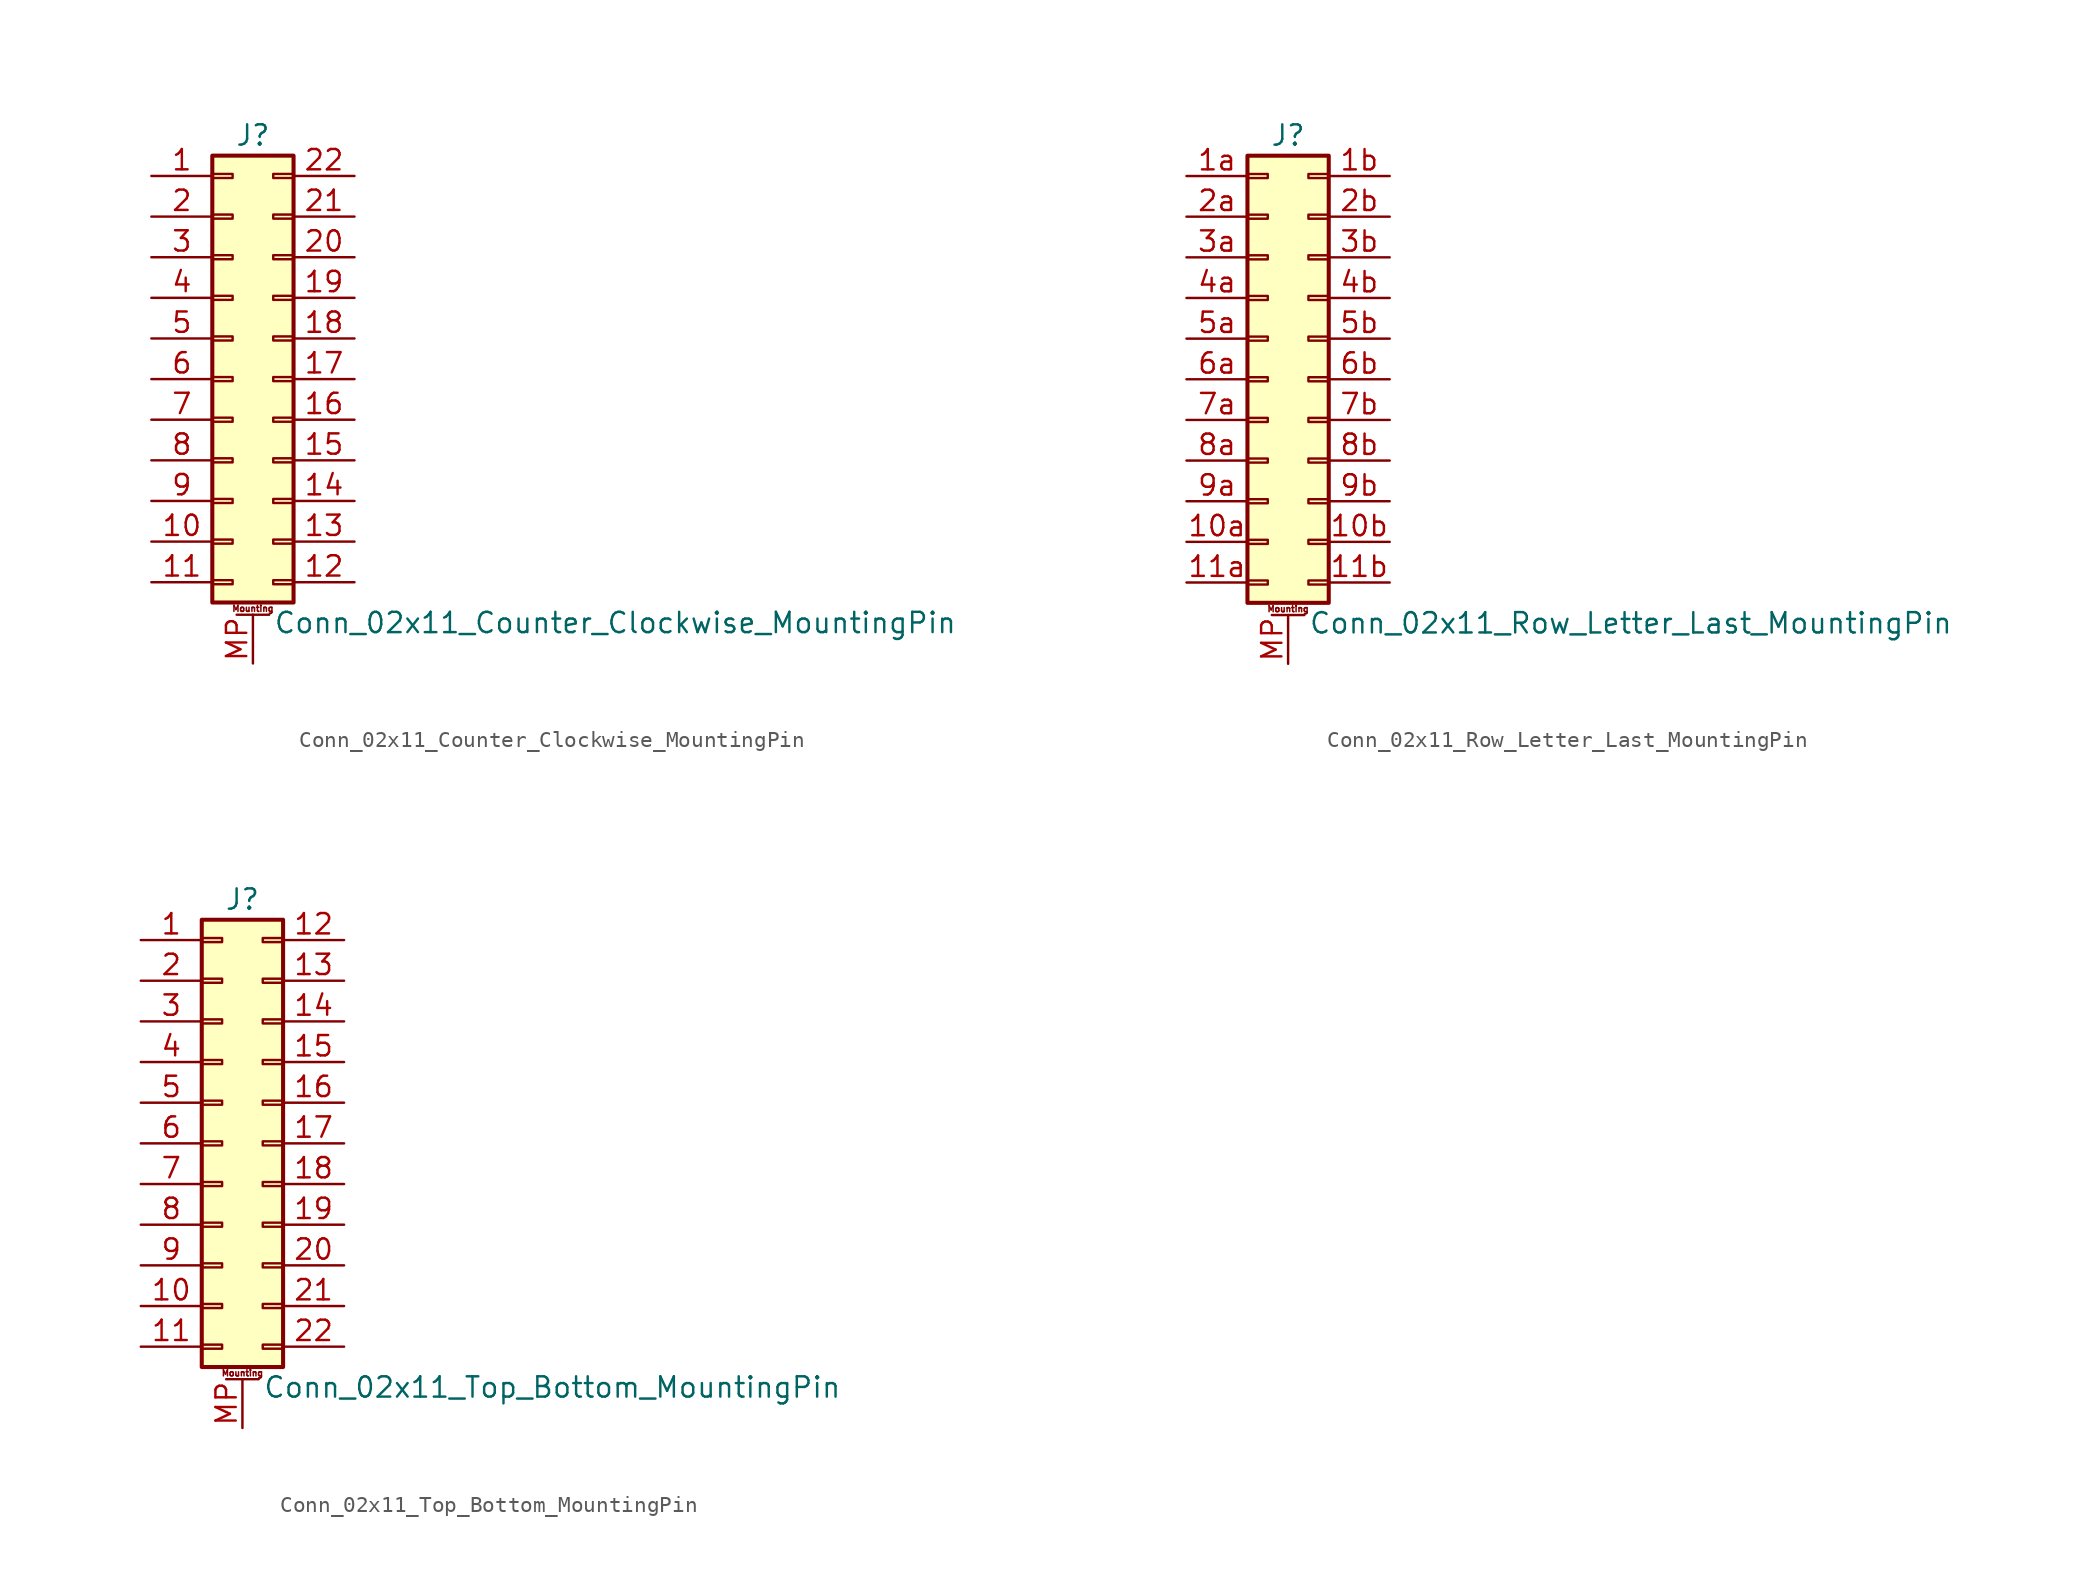
<source format=kicad_sym>
(kicad_symbol_lib
  (version 20201005)
  (generator kicad_symbol_editor)
  (symbol "Conn_02x11_Counter_Clockwise_MountingPin"
    (pin_names
      (offset 1.016) hide)
    (property "Reference" "J"
      (at 1.27 15.24 0)
      (effects (font (size 1.27 1.27))))
    (property "Value" "Conn_02x11_Counter_Clockwise_MountingPin"
      (at 2.54 -15.24 0)
      (effects (font (size 1.27 1.27)) (justify left)))
    (symbol "Conn_02x11_Counter_Clockwise_MountingPin_1_1"
      (text "Mounting" (at 1.27 -14.351 0) (effects (font (size 0.381 0.381))))
      (rectangle (start -1.27 -12.573) (end 0 -12.827) (stroke (width 0.152)) (fill (type none)))
      (rectangle (start -1.27 -10.033) (end 0 -10.287) (stroke (width 0.152)) (fill (type none)))
      (rectangle (start -1.27 -7.493) (end 0 -7.747) (stroke (width 0.152)) (fill (type none)))
      (rectangle (start -1.27 -4.953) (end 0 -5.207) (stroke (width 0.152)) (fill (type none)))
      (rectangle (start -1.27 -2.413) (end 0 -2.667) (stroke (width 0.152)) (fill (type none)))
      (rectangle (start -1.27 0.127) (end 0 -0.127) (stroke (width 0.152)) (fill (type none)))
      (rectangle (start -1.27 2.667) (end 0 2.413) (stroke (width 0.152)) (fill (type none)))
      (rectangle (start -1.27 5.207) (end 0 4.953) (stroke (width 0.152)) (fill (type none)))
      (rectangle (start -1.27 7.747) (end 0 7.493) (stroke (width 0.152)) (fill (type none)))
      (rectangle (start -1.27 10.287) (end 0 10.033) (stroke (width 0.152)) (fill (type none)))
      (rectangle (start -1.27 12.827) (end 0 12.573) (stroke (width 0.152)) (fill (type none)))
      (rectangle (start 3.81 -12.573) (end 2.54 -12.827) (stroke (width 0.152)) (fill (type none)))
      (rectangle (start 3.81 -10.033) (end 2.54 -10.287) (stroke (width 0.152)) (fill (type none)))
      (rectangle (start 3.81 -7.493) (end 2.54 -7.747) (stroke (width 0.152)) (fill (type none)))
      (rectangle (start 3.81 -4.953) (end 2.54 -5.207) (stroke (width 0.152)) (fill (type none)))
      (rectangle (start 3.81 -2.413) (end 2.54 -2.667) (stroke (width 0.152)) (fill (type none)))
      (rectangle (start 3.81 0.127) (end 2.54 -0.127) (stroke (width 0.152)) (fill (type none)))
      (rectangle (start 3.81 2.667) (end 2.54 2.413) (stroke (width 0.152)) (fill (type none)))
      (rectangle (start 3.81 5.207) (end 2.54 4.953) (stroke (width 0.152)) (fill (type none)))
      (rectangle (start 3.81 7.747) (end 2.54 7.493) (stroke (width 0.152)) (fill (type none)))
      (rectangle (start 3.81 10.287) (end 2.54 10.033) (stroke (width 0.152)) (fill (type none)))
      (rectangle (start 3.81 12.827) (end 2.54 12.573) (stroke (width 0.152)) (fill (type none)))
      (rectangle (start -1.27 13.97) (end 3.81 -13.97) (stroke (width 0.254)) (fill (type background)))
      (polyline (pts (xy 0.254 -14.732) (xy 2.286 -14.732)) (stroke (width 0.152)) (fill (type none)))
      (pin passive line (at -5.08 12.7 0) (length 3.81) (name "Pin_1" (effects (font (size 1.27 1.27)))) (number "1" (effects (font (size 1.27 1.27)))))
      (pin passive line (at -5.08 -10.16 0) (length 3.81) (name "Pin_10" (effects (font (size 1.27 1.27)))) (number "10" (effects (font (size 1.27 1.27)))))
      (pin passive line (at -5.08 -12.7 0) (length 3.81) (name "Pin_11" (effects (font (size 1.27 1.27)))) (number "11" (effects (font (size 1.27 1.27)))))
      (pin passive line (at 7.62 -12.7 180) (length 3.81) (name "Pin_12" (effects (font (size 1.27 1.27)))) (number "12" (effects (font (size 1.27 1.27)))))
      (pin passive line (at 7.62 -10.16 180) (length 3.81) (name "Pin_13" (effects (font (size 1.27 1.27)))) (number "13" (effects (font (size 1.27 1.27)))))
      (pin passive line (at 7.62 -7.62 180) (length 3.81) (name "Pin_14" (effects (font (size 1.27 1.27)))) (number "14" (effects (font (size 1.27 1.27)))))
      (pin passive line (at 7.62 -5.08 180) (length 3.81) (name "Pin_15" (effects (font (size 1.27 1.27)))) (number "15" (effects (font (size 1.27 1.27)))))
      (pin passive line (at 7.62 -2.54 180) (length 3.81) (name "Pin_16" (effects (font (size 1.27 1.27)))) (number "16" (effects (font (size 1.27 1.27)))))
      (pin passive line (at 7.62 0 180) (length 3.81) (name "Pin_17" (effects (font (size 1.27 1.27)))) (number "17" (effects (font (size 1.27 1.27)))))
      (pin passive line (at 7.62 2.54 180) (length 3.81) (name "Pin_18" (effects (font (size 1.27 1.27)))) (number "18" (effects (font (size 1.27 1.27)))))
      (pin passive line (at 7.62 5.08 180) (length 3.81) (name "Pin_19" (effects (font (size 1.27 1.27)))) (number "19" (effects (font (size 1.27 1.27)))))
      (pin passive line (at -5.08 10.16 0) (length 3.81) (name "Pin_2" (effects (font (size 1.27 1.27)))) (number "2" (effects (font (size 1.27 1.27)))))
      (pin passive line (at 7.62 7.62 180) (length 3.81) (name "Pin_20" (effects (font (size 1.27 1.27)))) (number "20" (effects (font (size 1.27 1.27)))))
      (pin passive line (at 7.62 10.16 180) (length 3.81) (name "Pin_21" (effects (font (size 1.27 1.27)))) (number "21" (effects (font (size 1.27 1.27)))))
      (pin passive line (at 7.62 12.7 180) (length 3.81) (name "Pin_22" (effects (font (size 1.27 1.27)))) (number "22" (effects (font (size 1.27 1.27)))))
      (pin passive line (at -5.08 7.62 0) (length 3.81) (name "Pin_3" (effects (font (size 1.27 1.27)))) (number "3" (effects (font (size 1.27 1.27)))))
      (pin passive line (at -5.08 5.08 0) (length 3.81) (name "Pin_4" (effects (font (size 1.27 1.27)))) (number "4" (effects (font (size 1.27 1.27)))))
      (pin passive line (at -5.08 2.54 0) (length 3.81) (name "Pin_5" (effects (font (size 1.27 1.27)))) (number "5" (effects (font (size 1.27 1.27)))))
      (pin passive line (at -5.08 0 0) (length 3.81) (name "Pin_6" (effects (font (size 1.27 1.27)))) (number "6" (effects (font (size 1.27 1.27)))))
      (pin passive line (at -5.08 -2.54 0) (length 3.81) (name "Pin_7" (effects (font (size 1.27 1.27)))) (number "7" (effects (font (size 1.27 1.27)))))
      (pin passive line (at -5.08 -5.08 0) (length 3.81) (name "Pin_8" (effects (font (size 1.27 1.27)))) (number "8" (effects (font (size 1.27 1.27)))))
      (pin passive line (at -5.08 -7.62 0) (length 3.81) (name "Pin_9" (effects (font (size 1.27 1.27)))) (number "9" (effects (font (size 1.27 1.27)))))
      (pin passive line (at 1.27 -17.78 90) (length 3.048) (name "MountPin" (effects (font (size 1.27 1.27)))) (number "MP" (effects (font (size 1.27 1.27)))))))
  (symbol "Conn_02x11_Row_Letter_Last_MountingPin"
    (pin_names
      (offset 1.016) hide)
    (property "Reference" "J"
      (at 1.27 15.24 0)
      (effects (font (size 1.27 1.27))))
    (property "Value" "Conn_02x11_Row_Letter_Last_MountingPin"
      (at 2.54 -15.24 0)
      (effects (font (size 1.27 1.27)) (justify left)))
    (symbol "Conn_02x11_Row_Letter_Last_MountingPin_1_1"
      (text "Mounting" (at 1.27 -14.351 0) (effects (font (size 0.381 0.381))))
      (rectangle (start -1.27 -12.573) (end 0 -12.827) (stroke (width 0.152)) (fill (type none)))
      (rectangle (start -1.27 -10.033) (end 0 -10.287) (stroke (width 0.152)) (fill (type none)))
      (rectangle (start -1.27 -7.493) (end 0 -7.747) (stroke (width 0.152)) (fill (type none)))
      (rectangle (start -1.27 -4.953) (end 0 -5.207) (stroke (width 0.152)) (fill (type none)))
      (rectangle (start -1.27 -2.413) (end 0 -2.667) (stroke (width 0.152)) (fill (type none)))
      (rectangle (start -1.27 0.127) (end 0 -0.127) (stroke (width 0.152)) (fill (type none)))
      (rectangle (start -1.27 2.667) (end 0 2.413) (stroke (width 0.152)) (fill (type none)))
      (rectangle (start -1.27 5.207) (end 0 4.953) (stroke (width 0.152)) (fill (type none)))
      (rectangle (start -1.27 7.747) (end 0 7.493) (stroke (width 0.152)) (fill (type none)))
      (rectangle (start -1.27 10.287) (end 0 10.033) (stroke (width 0.152)) (fill (type none)))
      (rectangle (start -1.27 12.827) (end 0 12.573) (stroke (width 0.152)) (fill (type none)))
      (rectangle (start 3.81 -12.573) (end 2.54 -12.827) (stroke (width 0.152)) (fill (type none)))
      (rectangle (start 3.81 -10.033) (end 2.54 -10.287) (stroke (width 0.152)) (fill (type none)))
      (rectangle (start 3.81 -7.493) (end 2.54 -7.747) (stroke (width 0.152)) (fill (type none)))
      (rectangle (start 3.81 -4.953) (end 2.54 -5.207) (stroke (width 0.152)) (fill (type none)))
      (rectangle (start 3.81 -2.413) (end 2.54 -2.667) (stroke (width 0.152)) (fill (type none)))
      (rectangle (start 3.81 0.127) (end 2.54 -0.127) (stroke (width 0.152)) (fill (type none)))
      (rectangle (start 3.81 2.667) (end 2.54 2.413) (stroke (width 0.152)) (fill (type none)))
      (rectangle (start 3.81 5.207) (end 2.54 4.953) (stroke (width 0.152)) (fill (type none)))
      (rectangle (start 3.81 7.747) (end 2.54 7.493) (stroke (width 0.152)) (fill (type none)))
      (rectangle (start 3.81 10.287) (end 2.54 10.033) (stroke (width 0.152)) (fill (type none)))
      (rectangle (start 3.81 12.827) (end 2.54 12.573) (stroke (width 0.152)) (fill (type none)))
      (rectangle (start -1.27 13.97) (end 3.81 -13.97) (stroke (width 0.254)) (fill (type background)))
      (polyline (pts (xy 0.254 -14.732) (xy 2.286 -14.732)) (stroke (width 0.152)) (fill (type none)))
      (pin passive line (at -5.08 -10.16 0) (length 3.81) (name "Pin_10a" (effects (font (size 1.27 1.27)))) (number "10a" (effects (font (size 1.27 1.27)))))
      (pin passive line (at 7.62 -10.16 180) (length 3.81) (name "Pin_10b" (effects (font (size 1.27 1.27)))) (number "10b" (effects (font (size 1.27 1.27)))))
      (pin passive line (at -5.08 -12.7 0) (length 3.81) (name "Pin_11a" (effects (font (size 1.27 1.27)))) (number "11a" (effects (font (size 1.27 1.27)))))
      (pin passive line (at 7.62 -12.7 180) (length 3.81) (name "Pin_11b" (effects (font (size 1.27 1.27)))) (number "11b" (effects (font (size 1.27 1.27)))))
      (pin passive line (at -5.08 12.7 0) (length 3.81) (name "Pin_1a" (effects (font (size 1.27 1.27)))) (number "1a" (effects (font (size 1.27 1.27)))))
      (pin passive line (at 7.62 12.7 180) (length 3.81) (name "Pin_1b" (effects (font (size 1.27 1.27)))) (number "1b" (effects (font (size 1.27 1.27)))))
      (pin passive line (at -5.08 10.16 0) (length 3.81) (name "Pin_2a" (effects (font (size 1.27 1.27)))) (number "2a" (effects (font (size 1.27 1.27)))))
      (pin passive line (at 7.62 10.16 180) (length 3.81) (name "Pin_2b" (effects (font (size 1.27 1.27)))) (number "2b" (effects (font (size 1.27 1.27)))))
      (pin passive line (at -5.08 7.62 0) (length 3.81) (name "Pin_3a" (effects (font (size 1.27 1.27)))) (number "3a" (effects (font (size 1.27 1.27)))))
      (pin passive line (at 7.62 7.62 180) (length 3.81) (name "Pin_3b" (effects (font (size 1.27 1.27)))) (number "3b" (effects (font (size 1.27 1.27)))))
      (pin passive line (at -5.08 5.08 0) (length 3.81) (name "Pin_4a" (effects (font (size 1.27 1.27)))) (number "4a" (effects (font (size 1.27 1.27)))))
      (pin passive line (at 7.62 5.08 180) (length 3.81) (name "Pin_4b" (effects (font (size 1.27 1.27)))) (number "4b" (effects (font (size 1.27 1.27)))))
      (pin passive line (at -5.08 2.54 0) (length 3.81) (name "Pin_5a" (effects (font (size 1.27 1.27)))) (number "5a" (effects (font (size 1.27 1.27)))))
      (pin passive line (at 7.62 2.54 180) (length 3.81) (name "Pin_5b" (effects (font (size 1.27 1.27)))) (number "5b" (effects (font (size 1.27 1.27)))))
      (pin passive line (at -5.08 0 0) (length 3.81) (name "Pin_6a" (effects (font (size 1.27 1.27)))) (number "6a" (effects (font (size 1.27 1.27)))))
      (pin passive line (at 7.62 0 180) (length 3.81) (name "Pin_6b" (effects (font (size 1.27 1.27)))) (number "6b" (effects (font (size 1.27 1.27)))))
      (pin passive line (at -5.08 -2.54 0) (length 3.81) (name "Pin_7a" (effects (font (size 1.27 1.27)))) (number "7a" (effects (font (size 1.27 1.27)))))
      (pin passive line (at 7.62 -2.54 180) (length 3.81) (name "Pin_7b" (effects (font (size 1.27 1.27)))) (number "7b" (effects (font (size 1.27 1.27)))))
      (pin passive line (at -5.08 -5.08 0) (length 3.81) (name "Pin_8a" (effects (font (size 1.27 1.27)))) (number "8a" (effects (font (size 1.27 1.27)))))
      (pin passive line (at 7.62 -5.08 180) (length 3.81) (name "Pin_8b" (effects (font (size 1.27 1.27)))) (number "8b" (effects (font (size 1.27 1.27)))))
      (pin passive line (at -5.08 -7.62 0) (length 3.81) (name "Pin_9a" (effects (font (size 1.27 1.27)))) (number "9a" (effects (font (size 1.27 1.27)))))
      (pin passive line (at 7.62 -7.62 180) (length 3.81) (name "Pin_9b" (effects (font (size 1.27 1.27)))) (number "9b" (effects (font (size 1.27 1.27)))))
      (pin passive line (at 1.27 -17.78 90) (length 3.048) (name "MountPin" (effects (font (size 1.27 1.27)))) (number "MP" (effects (font (size 1.27 1.27)))))))
  (symbol "Conn_02x11_Top_Bottom_MountingPin"
    (pin_names
      (offset 1.016) hide)
    (property "Reference" "J"
      (at 1.27 15.24 0)
      (effects (font (size 1.27 1.27))))
    (property "Value" "Conn_02x11_Top_Bottom_MountingPin"
      (at 2.54 -15.24 0)
      (effects (font (size 1.27 1.27)) (justify left)))
    (symbol "Conn_02x11_Top_Bottom_MountingPin_1_1"
      (text "Mounting" (at 1.27 -14.351 0) (effects (font (size 0.381 0.381))))
      (rectangle (start -1.27 -12.573) (end 0 -12.827) (stroke (width 0.152)) (fill (type none)))
      (rectangle (start -1.27 -10.033) (end 0 -10.287) (stroke (width 0.152)) (fill (type none)))
      (rectangle (start -1.27 -7.493) (end 0 -7.747) (stroke (width 0.152)) (fill (type none)))
      (rectangle (start -1.27 -4.953) (end 0 -5.207) (stroke (width 0.152)) (fill (type none)))
      (rectangle (start -1.27 -2.413) (end 0 -2.667) (stroke (width 0.152)) (fill (type none)))
      (rectangle (start -1.27 0.127) (end 0 -0.127) (stroke (width 0.152)) (fill (type none)))
      (rectangle (start -1.27 2.667) (end 0 2.413) (stroke (width 0.152)) (fill (type none)))
      (rectangle (start -1.27 5.207) (end 0 4.953) (stroke (width 0.152)) (fill (type none)))
      (rectangle (start -1.27 7.747) (end 0 7.493) (stroke (width 0.152)) (fill (type none)))
      (rectangle (start -1.27 10.287) (end 0 10.033) (stroke (width 0.152)) (fill (type none)))
      (rectangle (start -1.27 12.827) (end 0 12.573) (stroke (width 0.152)) (fill (type none)))
      (rectangle (start 3.81 -12.573) (end 2.54 -12.827) (stroke (width 0.152)) (fill (type none)))
      (rectangle (start 3.81 -10.033) (end 2.54 -10.287) (stroke (width 0.152)) (fill (type none)))
      (rectangle (start 3.81 -7.493) (end 2.54 -7.747) (stroke (width 0.152)) (fill (type none)))
      (rectangle (start 3.81 -4.953) (end 2.54 -5.207) (stroke (width 0.152)) (fill (type none)))
      (rectangle (start 3.81 -2.413) (end 2.54 -2.667) (stroke (width 0.152)) (fill (type none)))
      (rectangle (start 3.81 0.127) (end 2.54 -0.127) (stroke (width 0.152)) (fill (type none)))
      (rectangle (start 3.81 2.667) (end 2.54 2.413) (stroke (width 0.152)) (fill (type none)))
      (rectangle (start 3.81 5.207) (end 2.54 4.953) (stroke (width 0.152)) (fill (type none)))
      (rectangle (start 3.81 7.747) (end 2.54 7.493) (stroke (width 0.152)) (fill (type none)))
      (rectangle (start 3.81 10.287) (end 2.54 10.033) (stroke (width 0.152)) (fill (type none)))
      (rectangle (start 3.81 12.827) (end 2.54 12.573) (stroke (width 0.152)) (fill (type none)))
      (rectangle (start -1.27 13.97) (end 3.81 -13.97) (stroke (width 0.254)) (fill (type background)))
      (polyline (pts (xy 0.254 -14.732) (xy 2.286 -14.732)) (stroke (width 0.152)) (fill (type none)))
      (pin passive line (at -5.08 12.7 0) (length 3.81) (name "Pin_1" (effects (font (size 1.27 1.27)))) (number "1" (effects (font (size 1.27 1.27)))))
      (pin passive line (at -5.08 -10.16 0) (length 3.81) (name "Pin_10" (effects (font (size 1.27 1.27)))) (number "10" (effects (font (size 1.27 1.27)))))
      (pin passive line (at -5.08 -12.7 0) (length 3.81) (name "Pin_11" (effects (font (size 1.27 1.27)))) (number "11" (effects (font (size 1.27 1.27)))))
      (pin passive line (at 7.62 12.7 180) (length 3.81) (name "Pin_12" (effects (font (size 1.27 1.27)))) (number "12" (effects (font (size 1.27 1.27)))))
      (pin passive line (at 7.62 10.16 180) (length 3.81) (name "Pin_13" (effects (font (size 1.27 1.27)))) (number "13" (effects (font (size 1.27 1.27)))))
      (pin passive line (at 7.62 7.62 180) (length 3.81) (name "Pin_14" (effects (font (size 1.27 1.27)))) (number "14" (effects (font (size 1.27 1.27)))))
      (pin passive line (at 7.62 5.08 180) (length 3.81) (name "Pin_15" (effects (font (size 1.27 1.27)))) (number "15" (effects (font (size 1.27 1.27)))))
      (pin passive line (at 7.62 2.54 180) (length 3.81) (name "Pin_16" (effects (font (size 1.27 1.27)))) (number "16" (effects (font (size 1.27 1.27)))))
      (pin passive line (at 7.62 0 180) (length 3.81) (name "Pin_17" (effects (font (size 1.27 1.27)))) (number "17" (effects (font (size 1.27 1.27)))))
      (pin passive line (at 7.62 -2.54 180) (length 3.81) (name "Pin_18" (effects (font (size 1.27 1.27)))) (number "18" (effects (font (size 1.27 1.27)))))
      (pin passive line (at 7.62 -5.08 180) (length 3.81) (name "Pin_19" (effects (font (size 1.27 1.27)))) (number "19" (effects (font (size 1.27 1.27)))))
      (pin passive line (at -5.08 10.16 0) (length 3.81) (name "Pin_2" (effects (font (size 1.27 1.27)))) (number "2" (effects (font (size 1.27 1.27)))))
      (pin passive line (at 7.62 -7.62 180) (length 3.81) (name "Pin_20" (effects (font (size 1.27 1.27)))) (number "20" (effects (font (size 1.27 1.27)))))
      (pin passive line (at 7.62 -10.16 180) (length 3.81) (name "Pin_21" (effects (font (size 1.27 1.27)))) (number "21" (effects (font (size 1.27 1.27)))))
      (pin passive line (at 7.62 -12.7 180) (length 3.81) (name "Pin_22" (effects (font (size 1.27 1.27)))) (number "22" (effects (font (size 1.27 1.27)))))
      (pin passive line (at -5.08 7.62 0) (length 3.81) (name "Pin_3" (effects (font (size 1.27 1.27)))) (number "3" (effects (font (size 1.27 1.27)))))
      (pin passive line (at -5.08 5.08 0) (length 3.81) (name "Pin_4" (effects (font (size 1.27 1.27)))) (number "4" (effects (font (size 1.27 1.27)))))
      (pin passive line (at -5.08 2.54 0) (length 3.81) (name "Pin_5" (effects (font (size 1.27 1.27)))) (number "5" (effects (font (size 1.27 1.27)))))
      (pin passive line (at -5.08 0 0) (length 3.81) (name "Pin_6" (effects (font (size 1.27 1.27)))) (number "6" (effects (font (size 1.27 1.27)))))
      (pin passive line (at -5.08 -2.54 0) (length 3.81) (name "Pin_7" (effects (font (size 1.27 1.27)))) (number "7" (effects (font (size 1.27 1.27)))))
      (pin passive line (at -5.08 -5.08 0) (length 3.81) (name "Pin_8" (effects (font (size 1.27 1.27)))) (number "8" (effects (font (size 1.27 1.27)))))
      (pin passive line (at -5.08 -7.62 0) (length 3.81) (name "Pin_9" (effects (font (size 1.27 1.27)))) (number "9" (effects (font (size 1.27 1.27)))))
      (pin passive line (at 1.27 -17.78 90) (length 3.048) (name "MountPin" (effects (font (size 1.27 1.27)))) (number "MP" (effects (font (size 1.27 1.27))))))))
</source>
